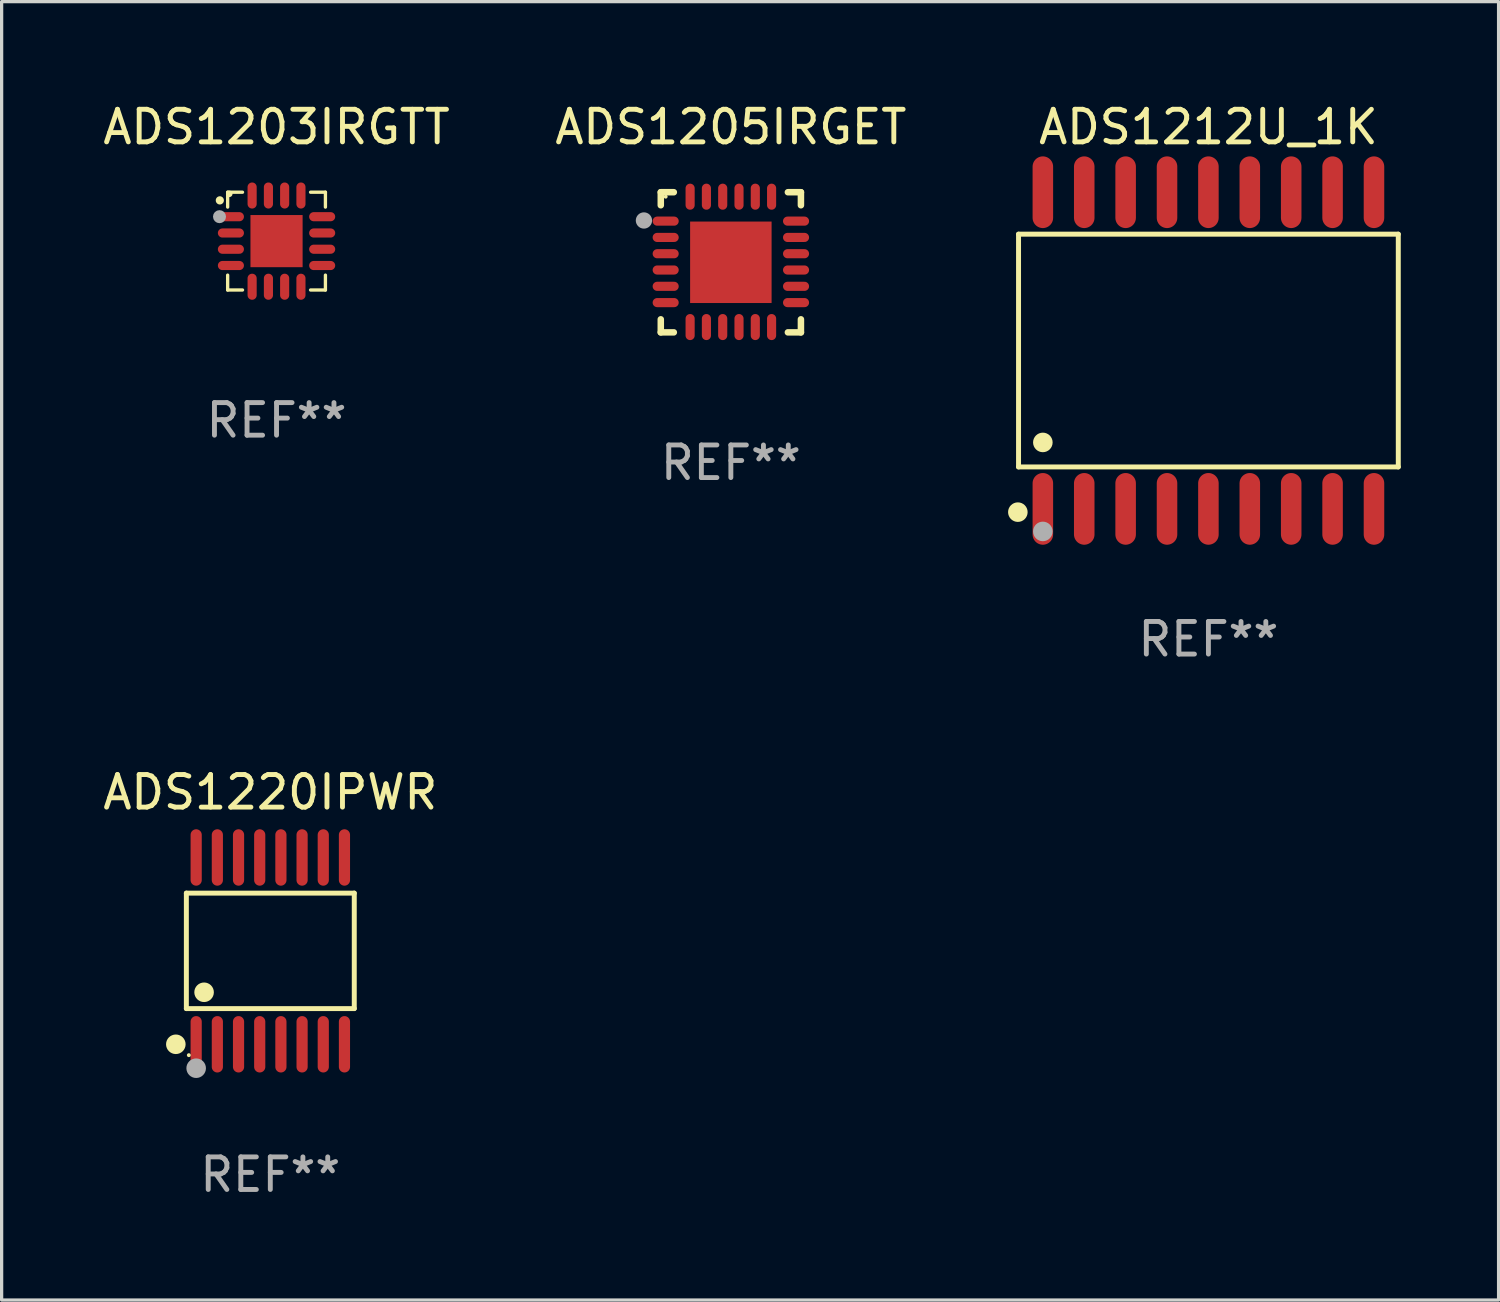
<source format=kicad_pcb>
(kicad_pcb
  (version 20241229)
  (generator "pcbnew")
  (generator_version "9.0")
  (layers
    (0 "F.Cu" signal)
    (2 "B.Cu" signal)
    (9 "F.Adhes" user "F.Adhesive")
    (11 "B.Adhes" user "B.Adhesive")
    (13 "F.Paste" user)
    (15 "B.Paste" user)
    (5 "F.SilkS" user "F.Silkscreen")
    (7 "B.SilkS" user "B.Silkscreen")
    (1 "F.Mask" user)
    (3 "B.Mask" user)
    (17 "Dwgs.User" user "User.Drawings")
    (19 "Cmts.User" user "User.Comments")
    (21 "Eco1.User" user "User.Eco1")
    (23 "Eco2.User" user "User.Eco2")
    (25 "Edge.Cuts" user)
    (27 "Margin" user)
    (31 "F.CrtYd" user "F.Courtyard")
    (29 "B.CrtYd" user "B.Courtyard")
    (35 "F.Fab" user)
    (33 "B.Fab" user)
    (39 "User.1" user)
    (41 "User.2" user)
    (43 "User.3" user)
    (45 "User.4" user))
  (footprint "ADS1212U_1K"
    (layer "F.Cu")
    (at 34.028 7.706)
    (property "Reference" "ADS1212U_1K" (at 0 -6.858 0) (layer "F.SilkS") (effects (font (size 1 1) (thickness 0.15))))
    (attr through_hole)
    (fp_line (start -5.826 -3.571) (end 5.826 -3.571) (stroke (width 0.152) (type solid)) (layer "F.SilkS"))
    (fp_line (start -5.826 3.571) (end -5.826 -3.571) (stroke (width 0.152) (type solid)) (layer "F.SilkS"))
    (fp_line (start 5.826 -3.571) (end 5.826 3.571) (stroke (width 0.152) (type solid)) (layer "F.SilkS"))
    (fp_line (start 5.826 3.571) (end -5.826 3.571) (stroke (width 0.152) (type solid)) (layer "F.SilkS"))
    (fp_circle (center -5.847 4.958) (end -5.697 4.958) (stroke (width 0.3) (type solid)) (fill no) (layer "F.SilkS"))
    (fp_circle (center -5.75 5.15) (end -5.72 5.15) (stroke (width 0.06) (type solid)) (fill no) (layer "F.SilkS"))
    (fp_circle (center -5.08 2.819) (end -4.93 2.819) (stroke (width 0.3) (type solid)) (fill no) (layer "F.SilkS"))
    (fp_circle (center -5.08 5.55) (end -4.93 5.55) (stroke (width 0.3) (type solid)) (fill no) (layer "F.Fab"))
    (fp_text user "REF**" (at 0 8.858 0) (layer "F.Fab") (effects (font (size 1 1) (thickness 0.15))))
    (pad "1" smd oval (at -5.08 4.858) (size 0.63 2.2) (layers "F.Cu" "F.Mask" "F.Paste"))
    (pad "2" smd oval (at -3.81 4.858) (size 0.63 2.2) (layers "F.Cu" "F.Mask" "F.Paste"))
    (pad "3" smd oval (at -2.54 4.858) (size 0.63 2.2) (layers "F.Cu" "F.Mask" "F.Paste"))
    (pad "4" smd oval (at -1.27 4.858) (size 0.63 2.2) (layers "F.Cu" "F.Mask" "F.Paste"))
    (pad "5" smd oval (at 0 4.858) (size 0.63 2.2) (layers "F.Cu" "F.Mask" "F.Paste"))
    (pad "6" smd oval (at 1.27 4.858) (size 0.63 2.2) (layers "F.Cu" "F.Mask" "F.Paste"))
    (pad "7" smd oval (at 2.54 4.858) (size 0.63 2.2) (layers "F.Cu" "F.Mask" "F.Paste"))
    (pad "8" smd oval (at 3.81 4.858) (size 0.63 2.2) (layers "F.Cu" "F.Mask" "F.Paste"))
    (pad "9" smd oval (at 5.08 4.858) (size 0.63 2.2) (layers "F.Cu" "F.Mask" "F.Paste"))
    (pad "10" smd oval (at 5.08 -4.858) (size 0.63 2.2) (layers "F.Cu" "F.Mask" "F.Paste"))
    (pad "11" smd oval (at 3.81 -4.858) (size 0.63 2.2) (layers "F.Cu" "F.Mask" "F.Paste"))
    (pad "12" smd oval (at 2.54 -4.858) (size 0.63 2.2) (layers "F.Cu" "F.Mask" "F.Paste"))
    (pad "13" smd oval (at 1.27 -4.858) (size 0.63 2.2) (layers "F.Cu" "F.Mask" "F.Paste"))
    (pad "14" smd oval (at 0 -4.858) (size 0.63 2.2) (layers "F.Cu" "F.Mask" "F.Paste"))
    (pad "15" smd oval (at -1.27 -4.858) (size 0.63 2.2) (layers "F.Cu" "F.Mask" "F.Paste"))
    (pad "16" smd oval (at -2.54 -4.858) (size 0.63 2.2) (layers "F.Cu" "F.Mask" "F.Paste"))
    (pad "17" smd oval (at -3.81 -4.858) (size 0.63 2.2) (layers "F.Cu" "F.Mask" "F.Paste"))
    (pad "18" smd oval (at -5.08 -4.858) (size 0.63 2.2) (layers "F.Cu" "F.Mask" "F.Paste")))
  (footprint "ADS1220IPWR"
    (layer "F.Cu")
    (at 5.244 26.126)
    (property "Reference" "ADS1220IPWR" (at 0 -4.866 0) (layer "F.SilkS") (effects (font (size 1 1) (thickness 0.15))))
    (attr through_hole)
    (fp_line (start -2.576 -1.772) (end 2.576 -1.772) (stroke (width 0.152) (type solid)) (layer "F.SilkS"))
    (fp_line (start -2.576 1.771) (end -2.576 -1.772) (stroke (width 0.152) (type solid)) (layer "F.SilkS"))
    (fp_line (start 2.576 -1.772) (end 2.576 1.771) (stroke (width 0.152) (type solid)) (layer "F.SilkS"))
    (fp_line (start 2.576 1.771) (end -2.576 1.771) (stroke (width 0.152) (type solid)) (layer "F.SilkS"))
    (fp_circle (center -2.899 2.866) (end -2.749 2.866) (stroke (width 0.3) (type solid)) (fill no) (layer "F.SilkS"))
    (fp_circle (center -2.5 3.2) (end -2.47 3.2) (stroke (width 0.06) (type solid)) (fill no) (layer "F.SilkS"))
    (fp_circle (center -2.032 1.27) (end -1.882 1.27) (stroke (width 0.3) (type solid)) (fill no) (layer "F.SilkS"))
    (fp_circle (center -2.275 3.6) (end -2.125 3.6) (stroke (width 0.3) (type solid)) (fill no) (layer "F.Fab"))
    (fp_text user "REF**" (at 0 6.866 0) (layer "F.Fab") (effects (font (size 1 1) (thickness 0.15))))
    (pad "1" smd oval (at -2.275 2.866) (size 0.343 1.731) (layers "F.Cu" "F.Mask" "F.Paste"))
    (pad "2" smd oval (at -1.625 2.866) (size 0.343 1.731) (layers "F.Cu" "F.Mask" "F.Paste"))
    (pad "3" smd oval (at -0.975 2.866) (size 0.343 1.731) (layers "F.Cu" "F.Mask" "F.Paste"))
    (pad "4" smd oval (at -0.325 2.866) (size 0.343 1.731) (layers "F.Cu" "F.Mask" "F.Paste"))
    (pad "5" smd oval (at 0.325 2.866) (size 0.343 1.731) (layers "F.Cu" "F.Mask" "F.Paste"))
    (pad "6" smd oval (at 0.975 2.866) (size 0.343 1.731) (layers "F.Cu" "F.Mask" "F.Paste"))
    (pad "7" smd oval (at 1.625 2.866) (size 0.343 1.731) (layers "F.Cu" "F.Mask" "F.Paste"))
    (pad "8" smd oval (at 2.275 2.866) (size 0.343 1.731) (layers "F.Cu" "F.Mask" "F.Paste"))
    (pad "9" smd oval (at 2.275 -2.866) (size 0.343 1.731) (layers "F.Cu" "F.Mask" "F.Paste"))
    (pad "10" smd oval (at 1.625 -2.866) (size 0.343 1.731) (layers "F.Cu" "F.Mask" "F.Paste"))
    (pad "11" smd oval (at 0.975 -2.866) (size 0.343 1.731) (layers "F.Cu" "F.Mask" "F.Paste"))
    (pad "12" smd oval (at 0.325 -2.866) (size 0.343 1.731) (layers "F.Cu" "F.Mask" "F.Paste"))
    (pad "13" smd oval (at -0.325 -2.866) (size 0.343 1.731) (layers "F.Cu" "F.Mask" "F.Paste"))
    (pad "14" smd oval (at -0.975 -2.866) (size 0.343 1.731) (layers "F.Cu" "F.Mask" "F.Paste"))
    (pad "15" smd oval (at -1.625 -2.866) (size 0.343 1.731) (layers "F.Cu" "F.Mask" "F.Paste"))
    (pad "16" smd oval (at -2.275 -2.866) (size 0.343 1.731) (layers "F.Cu" "F.Mask" "F.Paste")))
  (footprint "ADS1205IRGET"
    (layer "F.Cu")
    (at 19.375 4.998)
    (property "Reference" "ADS1205IRGET" (at 0 -4.15 0) (layer "F.SilkS") (effects (font (size 1 1) (thickness 0.15))))
    (attr through_hole)
    (fp_line (start -2.15 -2.15) (end -1.75 -2.15) (stroke (width 0.2) (type solid)) (layer "F.SilkS"))
    (fp_line (start -2.15 -1.75) (end -2.15 -2.15) (stroke (width 0.2) (type solid)) (layer "F.SilkS"))
    (fp_line (start -2.15 2.15) (end -2.15 1.75) (stroke (width 0.2) (type solid)) (layer "F.SilkS"))
    (fp_line (start -1.75 2.15) (end -2.15 2.15) (stroke (width 0.2) (type solid)) (layer "F.SilkS"))
    (fp_line (start 1.75 -2.15) (end 2.15 -2.15) (stroke (width 0.2) (type solid)) (layer "F.SilkS"))
    (fp_line (start 1.75 2.15) (end 2.15 2.15) (stroke (width 0.2) (type solid)) (layer "F.SilkS"))
    (fp_line (start 2.15 -2.15) (end 2.15 -1.75) (stroke (width 0.2) (type solid)) (layer "F.SilkS"))
    (fp_line (start 2.15 2.15) (end 2.15 1.75) (stroke (width 0.2) (type solid)) (layer "F.SilkS"))
    (fp_circle (center -2 -2.013) (end -1.97 -2.013) (stroke (width 0.06) (type solid)) (fill no) (layer "F.SilkS"))
    (fp_circle (center -2.667 -1.283) (end -2.542 -1.283) (stroke (width 0.25) (type solid)) (fill no) (layer "F.Fab"))
    (fp_text user "REF**" (at 0 6.15 0) (layer "F.Fab") (effects (font (size 1 1) (thickness 0.15))))
    (pad "1" smd oval (at -2 -1.263) (size 0.8 0.28) (layers "F.Cu" "F.Mask" "F.Paste"))
    (pad "2" smd oval (at -2 -0.763) (size 0.8 0.28) (layers "F.Cu" "F.Mask" "F.Paste"))
    (pad "3" smd oval (at -2 -0.263) (size 0.8 0.28) (layers "F.Cu" "F.Mask" "F.Paste"))
    (pad "4" smd oval (at -2 0.237) (size 0.8 0.28) (layers "F.Cu" "F.Mask" "F.Paste"))
    (pad "5" smd oval (at -2 0.737) (size 0.8 0.28) (layers "F.Cu" "F.Mask" "F.Paste"))
    (pad "6" smd oval (at -2 1.237) (size 0.8 0.28) (layers "F.Cu" "F.Mask" "F.Paste"))
    (pad "7" smd oval (at -1.25 1.987) (size 0.28 0.8) (layers "F.Cu" "F.Mask" "F.Paste"))
    (pad "8" smd oval (at -0.75 1.987) (size 0.28 0.8) (layers "F.Cu" "F.Mask" "F.Paste"))
    (pad "9" smd oval (at -0.25 1.987) (size 0.28 0.8) (layers "F.Cu" "F.Mask" "F.Paste"))
    (pad "10" smd oval (at 0.25 1.987) (size 0.28 0.8) (layers "F.Cu" "F.Mask" "F.Paste"))
    (pad "11" smd oval (at 0.75 1.987) (size 0.28 0.8) (layers "F.Cu" "F.Mask" "F.Paste"))
    (pad "12" smd oval (at 1.25 1.987) (size 0.28 0.8) (layers "F.Cu" "F.Mask" "F.Paste"))
    (pad "13" smd oval (at 2 1.237) (size 0.8 0.28) (layers "F.Cu" "F.Mask" "F.Paste"))
    (pad "14" smd oval (at 2 0.737) (size 0.8 0.28) (layers "F.Cu" "F.Mask" "F.Paste"))
    (pad "15" smd oval (at 2 0.237) (size 0.8 0.28) (layers "F.Cu" "F.Mask" "F.Paste"))
    (pad "16" smd oval (at 2 -0.263) (size 0.8 0.28) (layers "F.Cu" "F.Mask" "F.Paste"))
    (pad "17" smd oval (at 2 -0.763) (size 0.8 0.28) (layers "F.Cu" "F.Mask" "F.Paste"))
    (pad "18" smd oval (at 2 -1.263) (size 0.8 0.28) (layers "F.Cu" "F.Mask" "F.Paste"))
    (pad "19" smd oval (at 1.25 -2.013) (size 0.28 0.8) (layers "F.Cu" "F.Mask" "F.Paste"))
    (pad "20" smd oval (at 0.75 -2.013) (size 0.28 0.8) (layers "F.Cu" "F.Mask" "F.Paste"))
    (pad "21" smd oval (at 0.25 -2.013) (size 0.28 0.8) (layers "F.Cu" "F.Mask" "F.Paste"))
    (pad "22" smd oval (at -0.25 -2.013) (size 0.28 0.8) (layers "F.Cu" "F.Mask" "F.Paste"))
    (pad "23" smd oval (at -0.75 -2.013) (size 0.28 0.8) (layers "F.Cu" "F.Mask" "F.Paste"))
    (pad "24" smd oval (at -1.25 -2.013) (size 0.28 0.8) (layers "F.Cu" "F.Mask" "F.Paste"))
    (pad "25" smd rect (at -0.000127 -0.00014) (size 2.5 2.5) (layers "F.Cu" "F.Mask" "F.Paste")))
  (footprint "ADS1203IRGTT"
    (layer "F.Cu")
    (at 5.435 4.348)
    (property "Reference" "ADS1203IRGTT" (at 0 -3.5 0) (layer "F.SilkS") (effects (font (size 1 1) (thickness 0.15))))
    (attr through_hole)
    (fp_line (start -1.5 -1.5) (end -1.5 -1.044) (stroke (width 0.102) (type solid)) (layer "F.SilkS"))
    (fp_line (start -1.5 1.044) (end -1.5 1.5) (stroke (width 0.102) (type solid)) (layer "F.SilkS"))
    (fp_line (start -1.5 1.5) (end -1.044 1.5) (stroke (width 0.102) (type solid)) (layer "F.SilkS"))
    (fp_line (start -1.044 -1.5) (end -1.5 -1.5) (stroke (width 0.102) (type solid)) (layer "F.SilkS"))
    (fp_line (start 1.044 1.5) (end 1.5 1.5) (stroke (width 0.102) (type solid)) (layer "F.SilkS"))
    (fp_line (start 1.5 -1.5) (end 1.044 -1.5) (stroke (width 0.102) (type solid)) (layer "F.SilkS"))
    (fp_line (start 1.5 -1.5) (end 1.5 -1.044) (stroke (width 0.102) (type solid)) (layer "F.SilkS"))
    (fp_line (start 1.5 1.044) (end 1.5 1.5) (stroke (width 0.102) (type solid)) (layer "F.SilkS"))
    (fp_arc (start -1.740056 -1.248717) (mid -1.740127 -1.249987) (end -1.740056 -1.251257) (stroke (width 0.25) (type solid)) (layer "F.SilkS"))
    (fp_circle (center -1.45 -1.45) (end -1.4 -1.45) (stroke (width 0.1) (type solid)) (fill no) (layer "F.SilkS"))
    (fp_circle (center -1.75 -0.75) (end -1.65 -0.75) (stroke (width 0.2) (type solid)) (fill no) (layer "F.Fab"))
    (fp_text user "REF**" (at 0 5.5 0) (layer "F.Fab") (effects (font (size 1 1) (thickness 0.15))))
    (pad "1" smd oval (at -1.4 -0.749 90) (size 0.28 0.8) (layers "F.Cu" "F.Mask" "F.Paste"))
    (pad "2" smd oval (at -1.4 -0.249 90) (size 0.28 0.8) (layers "F.Cu" "F.Mask" "F.Paste"))
    (pad "3" smd oval (at -1.4 0.249 90) (size 0.28 0.8) (layers "F.Cu" "F.Mask" "F.Paste"))
    (pad "4" smd oval (at -1.4 0.749 90) (size 0.28 0.8) (layers "F.Cu" "F.Mask" "F.Paste"))
    (pad "5" smd oval (at -0.749 1.4) (size 0.28 0.8) (layers "F.Cu" "F.Mask" "F.Paste"))
    (pad "6" smd oval (at -0.249 1.4) (size 0.28 0.8) (layers "F.Cu" "F.Mask" "F.Paste"))
    (pad "7" smd oval (at 0.249 1.4) (size 0.28 0.8) (layers "F.Cu" "F.Mask" "F.Paste"))
    (pad "8" smd oval (at 0.749 1.4) (size 0.28 0.8) (layers "F.Cu" "F.Mask" "F.Paste"))
    (pad "9" smd oval (at 1.4 0.749 90) (size 0.28 0.8) (layers "F.Cu" "F.Mask" "F.Paste"))
    (pad "10" smd oval (at 1.4 0.249 90) (size 0.28 0.8) (layers "F.Cu" "F.Mask" "F.Paste"))
    (pad "11" smd oval (at 1.4 -0.249 90) (size 0.28 0.8) (layers "F.Cu" "F.Mask" "F.Paste"))
    (pad "12" smd oval (at 1.4 -0.749 90) (size 0.28 0.8) (layers "F.Cu" "F.Mask" "F.Paste"))
    (pad "13" smd oval (at 0.749 -1.399) (size 0.28 0.8) (layers "F.Cu" "F.Mask" "F.Paste"))
    (pad "14" smd oval (at 0.249 -1.399) (size 0.28 0.8) (layers "F.Cu" "F.Mask" "F.Paste"))
    (pad "15" smd oval (at -0.249 -1.399) (size 0.28 0.8) (layers "F.Cu" "F.Mask" "F.Paste"))
    (pad "16" smd oval (at -0.749 -1.399) (size 0.28 0.8) (layers "F.Cu" "F.Mask" "F.Paste"))
    (pad "17" smd rect (at 0.000025 0.000178) (size 1.6 1.6) (layers "F.Cu" "F.Mask" "F.Paste")))
  (gr_rect
    (start -3 -3)
    (end 42.931 36.84)
    (stroke (width 0.1) (type default))
    (fill no)
    (layer "Edge.Cuts")))
</source>
